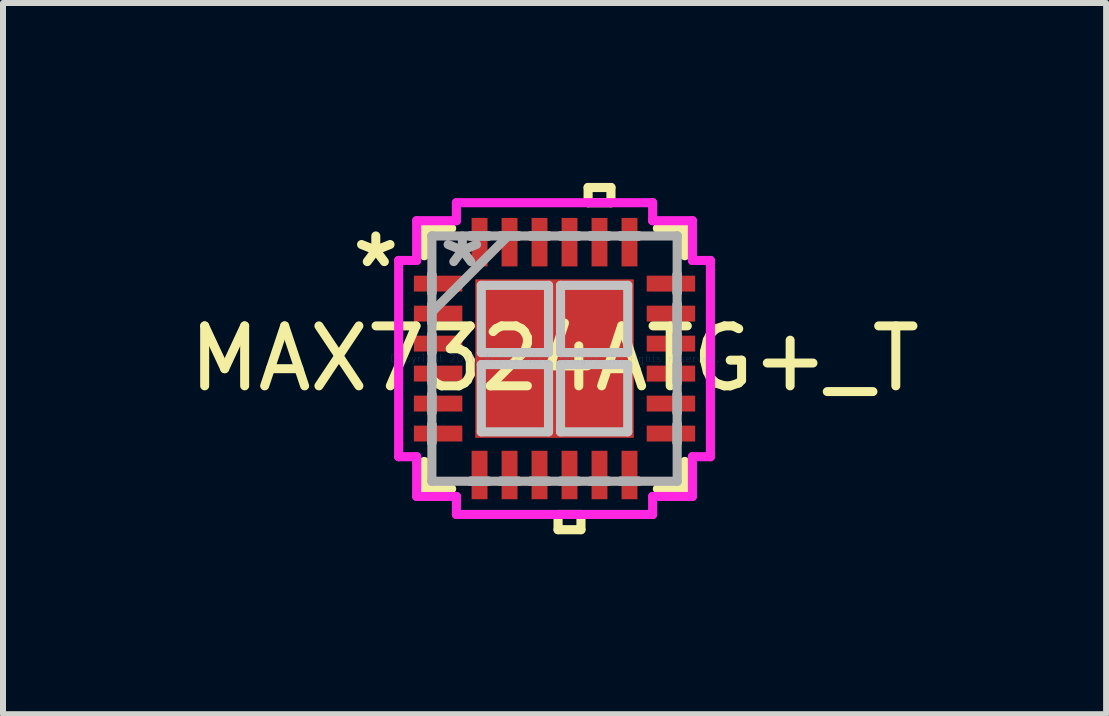
<source format=kicad_pcb>
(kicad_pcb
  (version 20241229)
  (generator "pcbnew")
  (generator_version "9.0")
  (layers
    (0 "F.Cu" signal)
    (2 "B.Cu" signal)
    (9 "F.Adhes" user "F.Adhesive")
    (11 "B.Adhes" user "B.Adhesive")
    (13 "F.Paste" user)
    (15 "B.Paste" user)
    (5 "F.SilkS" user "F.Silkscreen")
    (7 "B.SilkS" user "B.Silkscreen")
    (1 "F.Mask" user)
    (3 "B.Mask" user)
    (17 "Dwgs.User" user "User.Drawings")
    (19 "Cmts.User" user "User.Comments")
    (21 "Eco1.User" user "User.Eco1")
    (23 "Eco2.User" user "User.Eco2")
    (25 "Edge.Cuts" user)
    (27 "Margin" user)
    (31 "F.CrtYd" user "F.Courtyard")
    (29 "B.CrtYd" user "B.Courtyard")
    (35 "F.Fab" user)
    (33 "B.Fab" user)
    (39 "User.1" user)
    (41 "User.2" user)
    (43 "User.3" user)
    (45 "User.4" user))
  (footprint "MAX7324ATG+_T"
    (layer "F.Cu")
    (at 6.196 2.929)
    (property "Reference" "MAX7324ATG+_T" (at 0 0 0) (layer "F.SilkS") (effects (font (size 1 1) (thickness 0.15))))
    (attr through_hole)
    (fp_line (start -2.172 -2.172) (end -2.172 -1.715) (stroke (width 0.152) (type solid)) (layer "F.SilkS"))
    (fp_line (start -2.172 1.715) (end -2.172 2.172) (stroke (width 0.152) (type solid)) (layer "F.SilkS"))
    (fp_line (start -2.172 2.172) (end -1.715 2.172) (stroke (width 0.152) (type solid)) (layer "F.SilkS"))
    (fp_line (start -1.715 -2.172) (end -2.172 -2.172) (stroke (width 0.152) (type solid)) (layer "F.SilkS"))
    (fp_line (start 0.059 2.599) (end 0.059 2.853) (stroke (width 0.152) (type solid)) (layer "F.SilkS"))
    (fp_line (start 0.059 2.853) (end 0.441 2.853) (stroke (width 0.152) (type solid)) (layer "F.SilkS"))
    (fp_line (start 0.441 2.599) (end 0.059 2.599) (stroke (width 0.152) (type solid)) (layer "F.SilkS"))
    (fp_line (start 0.441 2.853) (end 0.441 2.599) (stroke (width 0.152) (type solid)) (layer "F.SilkS"))
    (fp_line (start 0.56 -2.853) (end 0.941 -2.853) (stroke (width 0.152) (type solid)) (layer "F.SilkS"))
    (fp_line (start 0.56 -2.599) (end 0.56 -2.853) (stroke (width 0.152) (type solid)) (layer "F.SilkS"))
    (fp_line (start 0.941 -2.853) (end 0.941 -2.599) (stroke (width 0.152) (type solid)) (layer "F.SilkS"))
    (fp_line (start 0.941 -2.599) (end 0.56 -2.599) (stroke (width 0.152) (type solid)) (layer "F.SilkS"))
    (fp_line (start 1.715 2.172) (end 2.172 2.172) (stroke (width 0.152) (type solid)) (layer "F.SilkS"))
    (fp_line (start 2.172 -2.172) (end 1.715 -2.172) (stroke (width 0.152) (type solid)) (layer "F.SilkS"))
    (fp_line (start 2.172 -1.715) (end 2.172 -2.172) (stroke (width 0.152) (type solid)) (layer "F.SilkS"))
    (fp_line (start 2.172 2.172) (end 2.172 1.715) (stroke (width 0.152) (type solid)) (layer "F.SilkS"))
    (fp_line (start -1.221 -1.221) (end -1.221 -0.1) (stroke (width 0.152) (type solid)) (layer "Dwgs.User"))
    (fp_line (start -1.221 -0.1) (end -0.1 -0.1) (stroke (width 0.152) (type solid)) (layer "Dwgs.User"))
    (fp_line (start -1.221 0.1) (end -1.221 1.221) (stroke (width 0.152) (type solid)) (layer "Dwgs.User"))
    (fp_line (start -1.221 1.221) (end -0.1 1.221) (stroke (width 0.152) (type solid)) (layer "Dwgs.User"))
    (fp_line (start -0.1 -1.221) (end -1.221 -1.221) (stroke (width 0.152) (type solid)) (layer "Dwgs.User"))
    (fp_line (start -0.1 -0.1) (end -0.1 -1.221) (stroke (width 0.152) (type solid)) (layer "Dwgs.User"))
    (fp_line (start -0.1 0.1) (end -1.221 0.1) (stroke (width 0.152) (type solid)) (layer "Dwgs.User"))
    (fp_line (start -0.1 1.221) (end -0.1 0.1) (stroke (width 0.152) (type solid)) (layer "Dwgs.User"))
    (fp_line (start 0.1 -1.221) (end 0.1 -0.1) (stroke (width 0.152) (type solid)) (layer "Dwgs.User"))
    (fp_line (start 0.1 -0.1) (end 1.221 -0.1) (stroke (width 0.152) (type solid)) (layer "Dwgs.User"))
    (fp_line (start 0.1 0.1) (end 0.1 1.221) (stroke (width 0.152) (type solid)) (layer "Dwgs.User"))
    (fp_line (start 0.1 1.221) (end 1.221 1.221) (stroke (width 0.152) (type solid)) (layer "Dwgs.User"))
    (fp_line (start 1.221 -1.221) (end 0.1 -1.221) (stroke (width 0.152) (type solid)) (layer "Dwgs.User"))
    (fp_line (start 1.221 -0.1) (end 1.221 -1.221) (stroke (width 0.152) (type solid)) (layer "Dwgs.User"))
    (fp_line (start 1.221 0.1) (end 0.1 0.1) (stroke (width 0.152) (type solid)) (layer "Dwgs.User"))
    (fp_line (start 1.221 1.221) (end 1.221 0.1) (stroke (width 0.152) (type solid)) (layer "Dwgs.User"))
    (fp_line (start -2.599 -1.636) (end -2.299 -1.636) (stroke (width 0.152) (type solid)) (layer "F.CrtYd"))
    (fp_line (start -2.599 1.636) (end -2.599 -1.636) (stroke (width 0.152) (type solid)) (layer "F.CrtYd"))
    (fp_line (start -2.299 -2.299) (end -1.636 -2.299) (stroke (width 0.152) (type solid)) (layer "F.CrtYd"))
    (fp_line (start -2.299 -1.636) (end -2.299 -2.299) (stroke (width 0.152) (type solid)) (layer "F.CrtYd"))
    (fp_line (start -2.299 1.636) (end -2.599 1.636) (stroke (width 0.152) (type solid)) (layer "F.CrtYd"))
    (fp_line (start -2.299 2.299) (end -2.299 1.636) (stroke (width 0.152) (type solid)) (layer "F.CrtYd"))
    (fp_line (start -1.636 -2.599) (end 1.636 -2.599) (stroke (width 0.152) (type solid)) (layer "F.CrtYd"))
    (fp_line (start -1.636 -2.299) (end -1.636 -2.599) (stroke (width 0.152) (type solid)) (layer "F.CrtYd"))
    (fp_line (start -1.636 2.299) (end -2.299 2.299) (stroke (width 0.152) (type solid)) (layer "F.CrtYd"))
    (fp_line (start -1.636 2.599) (end -1.636 2.299) (stroke (width 0.152) (type solid)) (layer "F.CrtYd"))
    (fp_line (start 1.636 -2.599) (end 1.636 -2.299) (stroke (width 0.152) (type solid)) (layer "F.CrtYd"))
    (fp_line (start 1.636 -2.299) (end 2.299 -2.299) (stroke (width 0.152) (type solid)) (layer "F.CrtYd"))
    (fp_line (start 1.636 2.299) (end 1.636 2.599) (stroke (width 0.152) (type solid)) (layer "F.CrtYd"))
    (fp_line (start 1.636 2.599) (end -1.636 2.599) (stroke (width 0.152) (type solid)) (layer "F.CrtYd"))
    (fp_line (start 2.299 -2.299) (end 2.299 -1.636) (stroke (width 0.152) (type solid)) (layer "F.CrtYd"))
    (fp_line (start 2.299 -1.636) (end 2.599 -1.636) (stroke (width 0.152) (type solid)) (layer "F.CrtYd"))
    (fp_line (start 2.299 1.636) (end 2.299 2.299) (stroke (width 0.152) (type solid)) (layer "F.CrtYd"))
    (fp_line (start 2.299 2.299) (end 1.636 2.299) (stroke (width 0.152) (type solid)) (layer "F.CrtYd"))
    (fp_line (start 2.599 -1.636) (end 2.599 1.636) (stroke (width 0.152) (type solid)) (layer "F.CrtYd"))
    (fp_line (start 2.599 1.636) (end 2.299 1.636) (stroke (width 0.152) (type solid)) (layer "F.CrtYd"))
    (fp_line (start -2.045 -2.045) (end -2.045 -2.045) (stroke (width 0.152) (type solid)) (layer "F.Fab"))
    (fp_line (start -2.045 -2.045) (end -2.045 2.045) (stroke (width 0.152) (type solid)) (layer "F.Fab"))
    (fp_line (start -2.045 -1.402) (end -2.045 -1.402) (stroke (width 0.152) (type solid)) (layer "F.Fab"))
    (fp_line (start -2.045 -1.402) (end -2.045 -1.098) (stroke (width 0.152) (type solid)) (layer "F.Fab"))
    (fp_line (start -2.045 -1.098) (end -2.045 -1.402) (stroke (width 0.152) (type solid)) (layer "F.Fab"))
    (fp_line (start -2.045 -1.098) (end -2.045 -1.098) (stroke (width 0.152) (type solid)) (layer "F.Fab"))
    (fp_line (start -2.045 -0.902) (end -2.045 -0.902) (stroke (width 0.152) (type solid)) (layer "F.Fab"))
    (fp_line (start -2.045 -0.902) (end -2.045 -0.598) (stroke (width 0.152) (type solid)) (layer "F.Fab"))
    (fp_line (start -2.045 -0.775) (end -0.775 -2.045) (stroke (width 0.152) (type solid)) (layer "F.Fab"))
    (fp_line (start -2.045 -0.598) (end -2.045 -0.902) (stroke (width 0.152) (type solid)) (layer "F.Fab"))
    (fp_line (start -2.045 -0.598) (end -2.045 -0.598) (stroke (width 0.152) (type solid)) (layer "F.Fab"))
    (fp_line (start -2.045 -0.402) (end -2.045 -0.402) (stroke (width 0.152) (type solid)) (layer "F.Fab"))
    (fp_line (start -2.045 -0.402) (end -2.045 -0.098) (stroke (width 0.152) (type solid)) (layer "F.Fab"))
    (fp_line (start -2.045 -0.098) (end -2.045 -0.402) (stroke (width 0.152) (type solid)) (layer "F.Fab"))
    (fp_line (start -2.045 -0.098) (end -2.045 -0.098) (stroke (width 0.152) (type solid)) (layer "F.Fab"))
    (fp_line (start -2.045 0.098) (end -2.045 0.098) (stroke (width 0.152) (type solid)) (layer "F.Fab"))
    (fp_line (start -2.045 0.098) (end -2.045 0.402) (stroke (width 0.152) (type solid)) (layer "F.Fab"))
    (fp_line (start -2.045 0.402) (end -2.045 0.098) (stroke (width 0.152) (type solid)) (layer "F.Fab"))
    (fp_line (start -2.045 0.402) (end -2.045 0.402) (stroke (width 0.152) (type solid)) (layer "F.Fab"))
    (fp_line (start -2.045 0.598) (end -2.045 0.598) (stroke (width 0.152) (type solid)) (layer "F.Fab"))
    (fp_line (start -2.045 0.598) (end -2.045 0.902) (stroke (width 0.152) (type solid)) (layer "F.Fab"))
    (fp_line (start -2.045 0.902) (end -2.045 0.598) (stroke (width 0.152) (type solid)) (layer "F.Fab"))
    (fp_line (start -2.045 0.902) (end -2.045 0.902) (stroke (width 0.152) (type solid)) (layer "F.Fab"))
    (fp_line (start -2.045 1.098) (end -2.045 1.098) (stroke (width 0.152) (type solid)) (layer "F.Fab"))
    (fp_line (start -2.045 1.098) (end -2.045 1.402) (stroke (width 0.152) (type solid)) (layer "F.Fab"))
    (fp_line (start -2.045 1.402) (end -2.045 1.098) (stroke (width 0.152) (type solid)) (layer "F.Fab"))
    (fp_line (start -2.045 1.402) (end -2.045 1.402) (stroke (width 0.152) (type solid)) (layer "F.Fab"))
    (fp_line (start -2.045 2.045) (end -2.045 2.045) (stroke (width 0.152) (type solid)) (layer "F.Fab"))
    (fp_line (start -2.045 2.045) (end 2.045 2.045) (stroke (width 0.152) (type solid)) (layer "F.Fab"))
    (fp_line (start -1.402 -2.045) (end -1.402 -2.045) (stroke (width 0.152) (type solid)) (layer "F.Fab"))
    (fp_line (start -1.402 -2.045) (end -1.098 -2.045) (stroke (width 0.152) (type solid)) (layer "F.Fab"))
    (fp_line (start -1.402 2.045) (end -1.402 2.045) (stroke (width 0.152) (type solid)) (layer "F.Fab"))
    (fp_line (start -1.402 2.045) (end -1.098 2.045) (stroke (width 0.152) (type solid)) (layer "F.Fab"))
    (fp_line (start -1.098 -2.045) (end -1.402 -2.045) (stroke (width 0.152) (type solid)) (layer "F.Fab"))
    (fp_line (start -1.098 -2.045) (end -1.098 -2.045) (stroke (width 0.152) (type solid)) (layer "F.Fab"))
    (fp_line (start -1.098 2.045) (end -1.402 2.045) (stroke (width 0.152) (type solid)) (layer "F.Fab"))
    (fp_line (start -1.098 2.045) (end -1.098 2.045) (stroke (width 0.152) (type solid)) (layer "F.Fab"))
    (fp_line (start -0.902 -2.045) (end -0.902 -2.045) (stroke (width 0.152) (type solid)) (layer "F.Fab"))
    (fp_line (start -0.902 -2.045) (end -0.598 -2.045) (stroke (width 0.152) (type solid)) (layer "F.Fab"))
    (fp_line (start -0.902 2.045) (end -0.902 2.045) (stroke (width 0.152) (type solid)) (layer "F.Fab"))
    (fp_line (start -0.902 2.045) (end -0.598 2.045) (stroke (width 0.152) (type solid)) (layer "F.Fab"))
    (fp_line (start -0.598 -2.045) (end -0.902 -2.045) (stroke (width 0.152) (type solid)) (layer "F.Fab"))
    (fp_line (start -0.598 -2.045) (end -0.598 -2.045) (stroke (width 0.152) (type solid)) (layer "F.Fab"))
    (fp_line (start -0.598 2.045) (end -0.902 2.045) (stroke (width 0.152) (type solid)) (layer "F.Fab"))
    (fp_line (start -0.598 2.045) (end -0.598 2.045) (stroke (width 0.152) (type solid)) (layer "F.Fab"))
    (fp_line (start -0.402 -2.045) (end -0.402 -2.045) (stroke (width 0.152) (type solid)) (layer "F.Fab"))
    (fp_line (start -0.402 -2.045) (end -0.098 -2.045) (stroke (width 0.152) (type solid)) (layer "F.Fab"))
    (fp_line (start -0.402 2.045) (end -0.402 2.045) (stroke (width 0.152) (type solid)) (layer "F.Fab"))
    (fp_line (start -0.402 2.045) (end -0.098 2.045) (stroke (width 0.152) (type solid)) (layer "F.Fab"))
    (fp_line (start -0.098 -2.045) (end -0.402 -2.045) (stroke (width 0.152) (type solid)) (layer "F.Fab"))
    (fp_line (start -0.098 -2.045) (end -0.098 -2.045) (stroke (width 0.152) (type solid)) (layer "F.Fab"))
    (fp_line (start -0.098 2.045) (end -0.402 2.045) (stroke (width 0.152) (type solid)) (layer "F.Fab"))
    (fp_line (start -0.098 2.045) (end -0.098 2.045) (stroke (width 0.152) (type solid)) (layer "F.Fab"))
    (fp_line (start 0.098 -2.045) (end 0.098 -2.045) (stroke (width 0.152) (type solid)) (layer "F.Fab"))
    (fp_line (start 0.098 -2.045) (end 0.402 -2.045) (stroke (width 0.152) (type solid)) (layer "F.Fab"))
    (fp_line (start 0.098 2.045) (end 0.098 2.045) (stroke (width 0.152) (type solid)) (layer "F.Fab"))
    (fp_line (start 0.098 2.045) (end 0.402 2.045) (stroke (width 0.152) (type solid)) (layer "F.Fab"))
    (fp_line (start 0.402 -2.045) (end 0.098 -2.045) (stroke (width 0.152) (type solid)) (layer "F.Fab"))
    (fp_line (start 0.402 -2.045) (end 0.402 -2.045) (stroke (width 0.152) (type solid)) (layer "F.Fab"))
    (fp_line (start 0.402 2.045) (end 0.098 2.045) (stroke (width 0.152) (type solid)) (layer "F.Fab"))
    (fp_line (start 0.402 2.045) (end 0.402 2.045) (stroke (width 0.152) (type solid)) (layer "F.Fab"))
    (fp_line (start 0.598 -2.045) (end 0.598 -2.045) (stroke (width 0.152) (type solid)) (layer "F.Fab"))
    (fp_line (start 0.598 -2.045) (end 0.902 -2.045) (stroke (width 0.152) (type solid)) (layer "F.Fab"))
    (fp_line (start 0.598 2.045) (end 0.598 2.045) (stroke (width 0.152) (type solid)) (layer "F.Fab"))
    (fp_line (start 0.598 2.045) (end 0.902 2.045) (stroke (width 0.152) (type solid)) (layer "F.Fab"))
    (fp_line (start 0.902 -2.045) (end 0.598 -2.045) (stroke (width 0.152) (type solid)) (layer "F.Fab"))
    (fp_line (start 0.902 -2.045) (end 0.902 -2.045) (stroke (width 0.152) (type solid)) (layer "F.Fab"))
    (fp_line (start 0.902 2.045) (end 0.598 2.045) (stroke (width 0.152) (type solid)) (layer "F.Fab"))
    (fp_line (start 0.902 2.045) (end 0.902 2.045) (stroke (width 0.152) (type solid)) (layer "F.Fab"))
    (fp_line (start 1.098 -2.045) (end 1.098 -2.045) (stroke (width 0.152) (type solid)) (layer "F.Fab"))
    (fp_line (start 1.098 -2.045) (end 1.402 -2.045) (stroke (width 0.152) (type solid)) (layer "F.Fab"))
    (fp_line (start 1.098 2.045) (end 1.098 2.045) (stroke (width 0.152) (type solid)) (layer "F.Fab"))
    (fp_line (start 1.098 2.045) (end 1.402 2.045) (stroke (width 0.152) (type solid)) (layer "F.Fab"))
    (fp_line (start 1.402 -2.045) (end 1.098 -2.045) (stroke (width 0.152) (type solid)) (layer "F.Fab"))
    (fp_line (start 1.402 -2.045) (end 1.402 -2.045) (stroke (width 0.152) (type solid)) (layer "F.Fab"))
    (fp_line (start 1.402 2.045) (end 1.098 2.045) (stroke (width 0.152) (type solid)) (layer "F.Fab"))
    (fp_line (start 1.402 2.045) (end 1.402 2.045) (stroke (width 0.152) (type solid)) (layer "F.Fab"))
    (fp_line (start 2.045 -2.045) (end -2.045 -2.045) (stroke (width 0.152) (type solid)) (layer "F.Fab"))
    (fp_line (start 2.045 -2.045) (end 2.045 -2.045) (stroke (width 0.152) (type solid)) (layer "F.Fab"))
    (fp_line (start 2.045 -1.402) (end 2.045 -1.402) (stroke (width 0.152) (type solid)) (layer "F.Fab"))
    (fp_line (start 2.045 -1.402) (end 2.045 -1.098) (stroke (width 0.152) (type solid)) (layer "F.Fab"))
    (fp_line (start 2.045 -1.098) (end 2.045 -1.402) (stroke (width 0.152) (type solid)) (layer "F.Fab"))
    (fp_line (start 2.045 -1.098) (end 2.045 -1.098) (stroke (width 0.152) (type solid)) (layer "F.Fab"))
    (fp_line (start 2.045 -0.902) (end 2.045 -0.902) (stroke (width 0.152) (type solid)) (layer "F.Fab"))
    (fp_line (start 2.045 -0.902) (end 2.045 -0.598) (stroke (width 0.152) (type solid)) (layer "F.Fab"))
    (fp_line (start 2.045 -0.598) (end 2.045 -0.902) (stroke (width 0.152) (type solid)) (layer "F.Fab"))
    (fp_line (start 2.045 -0.598) (end 2.045 -0.598) (stroke (width 0.152) (type solid)) (layer "F.Fab"))
    (fp_line (start 2.045 -0.402) (end 2.045 -0.402) (stroke (width 0.152) (type solid)) (layer "F.Fab"))
    (fp_line (start 2.045 -0.402) (end 2.045 -0.098) (stroke (width 0.152) (type solid)) (layer "F.Fab"))
    (fp_line (start 2.045 -0.098) (end 2.045 -0.402) (stroke (width 0.152) (type solid)) (layer "F.Fab"))
    (fp_line (start 2.045 -0.098) (end 2.045 -0.098) (stroke (width 0.152) (type solid)) (layer "F.Fab"))
    (fp_line (start 2.045 0.098) (end 2.045 0.098) (stroke (width 0.152) (type solid)) (layer "F.Fab"))
    (fp_line (start 2.045 0.098) (end 2.045 0.402) (stroke (width 0.152) (type solid)) (layer "F.Fab"))
    (fp_line (start 2.045 0.402) (end 2.045 0.098) (stroke (width 0.152) (type solid)) (layer "F.Fab"))
    (fp_line (start 2.045 0.402) (end 2.045 0.402) (stroke (width 0.152) (type solid)) (layer "F.Fab"))
    (fp_line (start 2.045 0.598) (end 2.045 0.598) (stroke (width 0.152) (type solid)) (layer "F.Fab"))
    (fp_line (start 2.045 0.598) (end 2.045 0.902) (stroke (width 0.152) (type solid)) (layer "F.Fab"))
    (fp_line (start 2.045 0.902) (end 2.045 0.598) (stroke (width 0.152) (type solid)) (layer "F.Fab"))
    (fp_line (start 2.045 0.902) (end 2.045 0.902) (stroke (width 0.152) (type solid)) (layer "F.Fab"))
    (fp_line (start 2.045 1.098) (end 2.045 1.098) (stroke (width 0.152) (type solid)) (layer "F.Fab"))
    (fp_line (start 2.045 1.098) (end 2.045 1.402) (stroke (width 0.152) (type solid)) (layer "F.Fab"))
    (fp_line (start 2.045 1.402) (end 2.045 1.098) (stroke (width 0.152) (type solid)) (layer "F.Fab"))
    (fp_line (start 2.045 1.402) (end 2.045 1.402) (stroke (width 0.152) (type solid)) (layer "F.Fab"))
    (fp_line (start 2.045 2.045) (end 2.045 -2.045) (stroke (width 0.152) (type solid)) (layer "F.Fab"))
    (fp_line (start 2.045 2.045) (end 2.045 2.045) (stroke (width 0.152) (type solid)) (layer "F.Fab"))
    (fp_text user "*" (at -2.98 -1.5 0) (layer "F.SilkS") (effects (font (size 1 1) (thickness 0.15))))
    (fp_text user "Copyright 2016 Accelerated Designs. All rights reserved." (at 0 0 0) (layer "Cmts.User") (effects (font (size 0.127 0.127) (thickness 0.002))))
    (fp_text user "*" (at -1.537 -1.5 0) (layer "F.Fab") (effects (font (size 1 1) (thickness 0.15))))
    (pad "1" smd rect (at -1.941 -1.25 90) (size 0.265 0.808) (layers "F.Cu" "F.Mask" "F.Paste"))
    (pad "2" smd rect (at -1.941 -0.75 90) (size 0.265 0.808) (layers "F.Cu" "F.Mask" "F.Paste"))
    (pad "3" smd rect (at -1.941 -0.25 90) (size 0.265 0.808) (layers "F.Cu" "F.Mask" "F.Paste"))
    (pad "4" smd rect (at -1.941 0.25 90) (size 0.265 0.808) (layers "F.Cu" "F.Mask" "F.Paste"))
    (pad "5" smd rect (at -1.941 0.75 90) (size 0.265 0.808) (layers "F.Cu" "F.Mask" "F.Paste"))
    (pad "6" smd rect (at -1.941 1.25 90) (size 0.265 0.808) (layers "F.Cu" "F.Mask" "F.Paste"))
    (pad "7" smd rect (at -1.25 1.941) (size 0.265 0.808) (layers "F.Cu" "F.Mask" "F.Paste"))
    (pad "8" smd rect (at -0.75 1.941) (size 0.265 0.808) (layers "F.Cu" "F.Mask" "F.Paste"))
    (pad "9" smd rect (at -0.25 1.941) (size 0.265 0.808) (layers "F.Cu" "F.Mask" "F.Paste"))
    (pad "10" smd rect (at 0.25 1.941) (size 0.265 0.808) (layers "F.Cu" "F.Mask" "F.Paste"))
    (pad "11" smd rect (at 0.75 1.941) (size 0.265 0.808) (layers "F.Cu" "F.Mask" "F.Paste"))
    (pad "12" smd rect (at 1.25 1.941) (size 0.265 0.808) (layers "F.Cu" "F.Mask" "F.Paste"))
    (pad "13" smd rect (at 1.941 1.25 90) (size 0.265 0.808) (layers "F.Cu" "F.Mask" "F.Paste"))
    (pad "14" smd rect (at 1.941 0.75 90) (size 0.265 0.808) (layers "F.Cu" "F.Mask" "F.Paste"))
    (pad "15" smd rect (at 1.941 0.25 90) (size 0.265 0.808) (layers "F.Cu" "F.Mask" "F.Paste"))
    (pad "16" smd rect (at 1.941 -0.25 90) (size 0.265 0.808) (layers "F.Cu" "F.Mask" "F.Paste"))
    (pad "17" smd rect (at 1.941 -0.75 90) (size 0.265 0.808) (layers "F.Cu" "F.Mask" "F.Paste"))
    (pad "18" smd rect (at 1.941 -1.25 90) (size 0.265 0.808) (layers "F.Cu" "F.Mask" "F.Paste"))
    (pad "19" smd rect (at 1.25 -1.941) (size 0.265 0.808) (layers "F.Cu" "F.Mask" "F.Paste"))
    (pad "20" smd rect (at 0.75 -1.941) (size 0.265 0.808) (layers "F.Cu" "F.Mask" "F.Paste"))
    (pad "21" smd rect (at 0.25 -1.941) (size 0.265 0.808) (layers "F.Cu" "F.Mask" "F.Paste"))
    (pad "22" smd rect (at -0.25 -1.941) (size 0.265 0.808) (layers "F.Cu" "F.Mask" "F.Paste"))
    (pad "23" smd rect (at -0.75 -1.941) (size 0.265 0.808) (layers "F.Cu" "F.Mask" "F.Paste"))
    (pad "24" smd rect (at -1.25 -1.941) (size 0.265 0.808) (layers "F.Cu" "F.Mask" "F.Paste"))
    (pad "25" smd rect (at 0 0) (size 2.642 2.642) (layers "F.Cu" "F.Mask" "F.Paste")))
  (gr_rect
    (start -3 -3)
    (end 15.393 8.858)
    (stroke (width 0.1) (type default))
    (fill no)
    (layer "Edge.Cuts")))
</source>
